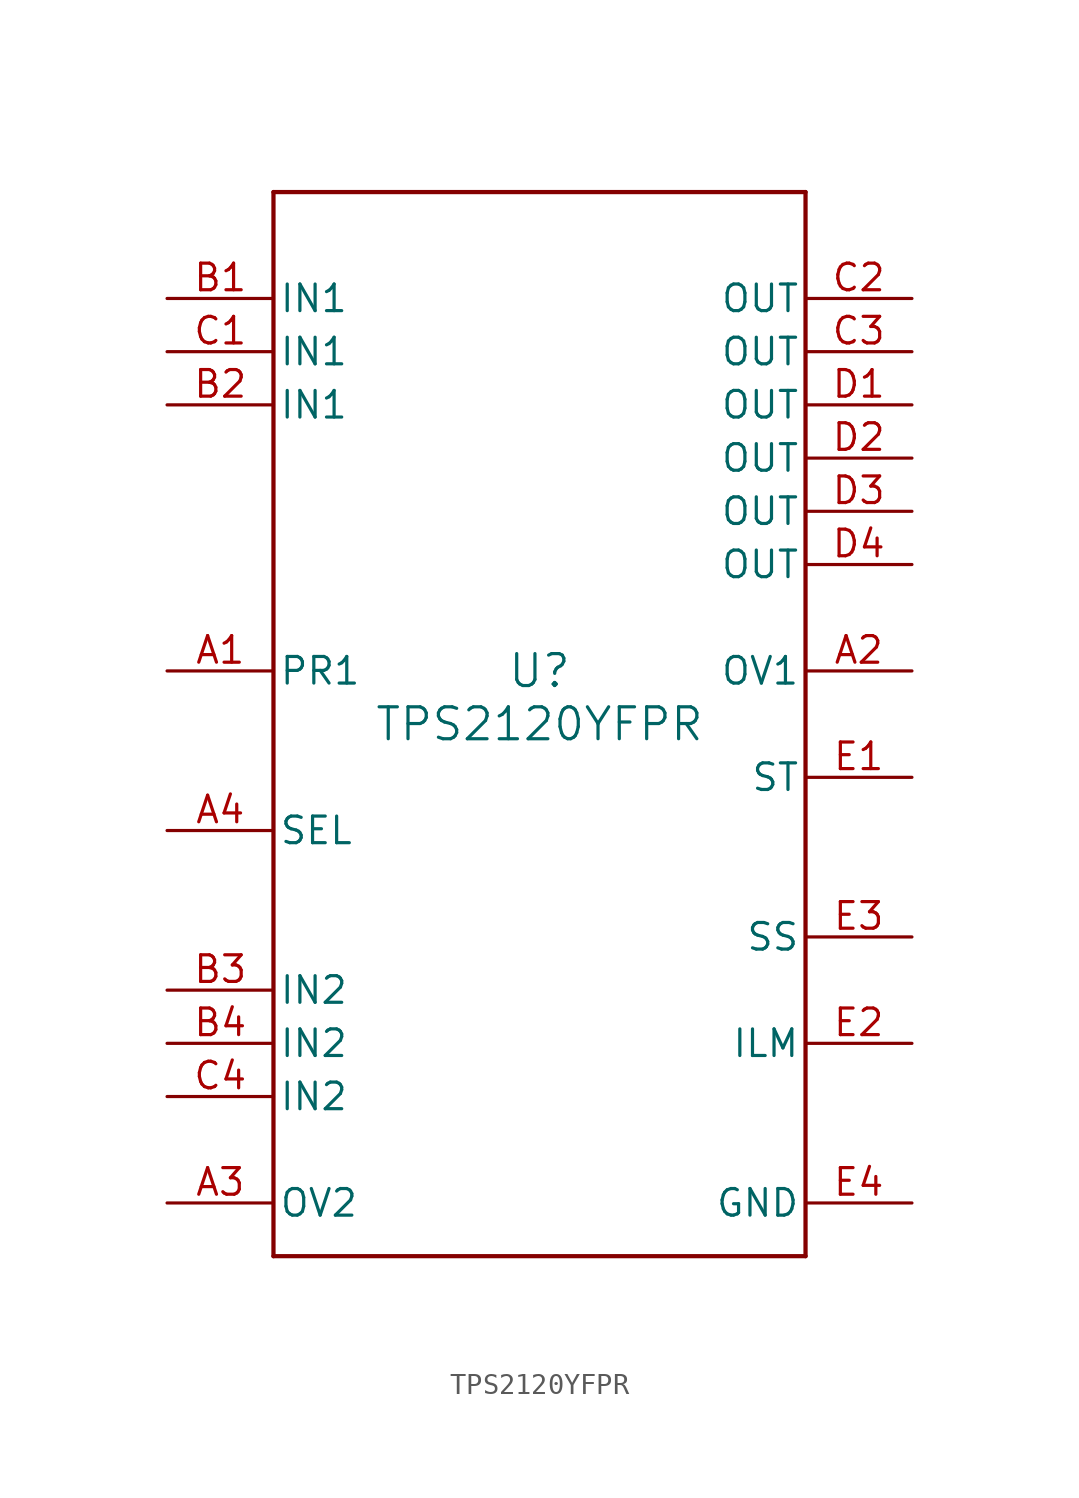
<source format=kicad_sym>
(kicad_symbol_lib
  (version 20211014)
  (generator kicad_symbol_editor)
  (symbol "TPS2120YFPR"
    (pin_names
      (offset 0.254))
    (property "Reference" "U"
      (at 0 2.54 0)
      (effects (font (size 1.524 1.524))))
    (property "Value" "TPS2120YFPR"
      (at 0 0 0)
      (effects (font (size 1.524 1.524))))
    (symbol "TPS2120YFPR_0_1"
      (polyline (pts (xy -12.7 -25.4) (xy 12.7 -25.4)) (stroke (width 0.203) (type default) (color 0 0 0 0)) (fill (type none)))
      (polyline (pts (xy 12.7 -25.4) (xy 12.7 25.4)) (stroke (width 0.203) (type default) (color 0 0 0 0)) (fill (type none)))
      (polyline (pts (xy 12.7 25.4) (xy -12.7 25.4)) (stroke (width 0.203) (type default) (color 0 0 0 0)) (fill (type none)))
      (polyline (pts (xy -12.7 25.4) (xy -12.7 -25.4)) (stroke (width 0.203) (type default) (color 0 0 0 0)) (fill (type none)))
      (pin input line (at -17.78 2.54 0) (length 5.08) (name "PR1" (effects (font (size 1.27 1.27)))) (number "A1" (effects (font (size 1.27 1.27)))))
      (pin input line (at 17.78 2.54 180) (length 5.08) (name "OV1" (effects (font (size 1.27 1.27)))) (number "A2" (effects (font (size 1.27 1.27)))))
      (pin input line (at -17.78 -22.86 0) (length 5.08) (name "OV2" (effects (font (size 1.27 1.27)))) (number "A3" (effects (font (size 1.27 1.27)))))
      (pin input line (at -17.78 -5.08 0) (length 5.08) (name "SEL" (effects (font (size 1.27 1.27)))) (number "A4" (effects (font (size 1.27 1.27)))))
      (pin power_in line (at -17.78 20.32 0) (length 5.08) (name "IN1" (effects (font (size 1.27 1.27)))) (number "B1" (effects (font (size 1.27 1.27)))))
      (pin power_in line (at -17.78 15.24 0) (length 5.08) (name "IN1" (effects (font (size 1.27 1.27)))) (number "B2" (effects (font (size 1.27 1.27)))))
      (pin power_in line (at -17.78 -12.7 0) (length 5.08) (name "IN2" (effects (font (size 1.27 1.27)))) (number "B3" (effects (font (size 1.27 1.27)))))
      (pin power_in line (at -17.78 -15.24 0) (length 5.08) (name "IN2" (effects (font (size 1.27 1.27)))) (number "B4" (effects (font (size 1.27 1.27)))))
      (pin power_in line (at -17.78 17.78 0) (length 5.08) (name "IN1" (effects (font (size 1.27 1.27)))) (number "C1" (effects (font (size 1.27 1.27)))))
      (pin power_in line (at 17.78 20.32 180) (length 5.08) (name "OUT" (effects (font (size 1.27 1.27)))) (number "C2" (effects (font (size 1.27 1.27)))))
      (pin power_in line (at 17.78 17.78 180) (length 5.08) (name "OUT" (effects (font (size 1.27 1.27)))) (number "C3" (effects (font (size 1.27 1.27)))))
      (pin power_in line (at -17.78 -17.78 0) (length 5.08) (name "IN2" (effects (font (size 1.27 1.27)))) (number "C4" (effects (font (size 1.27 1.27)))))
      (pin power_in line (at 17.78 15.24 180) (length 5.08) (name "OUT" (effects (font (size 1.27 1.27)))) (number "D1" (effects (font (size 1.27 1.27)))))
      (pin power_in line (at 17.78 12.7 180) (length 5.08) (name "OUT" (effects (font (size 1.27 1.27)))) (number "D2" (effects (font (size 1.27 1.27)))))
      (pin power_in line (at 17.78 10.16 180) (length 5.08) (name "OUT" (effects (font (size 1.27 1.27)))) (number "D3" (effects (font (size 1.27 1.27)))))
      (pin power_in line (at 17.78 7.62 180) (length 5.08) (name "OUT" (effects (font (size 1.27 1.27)))) (number "D4" (effects (font (size 1.27 1.27)))))
      (pin output line (at 17.78 -2.54 180) (length 5.08) (name "ST" (effects (font (size 1.27 1.27)))) (number "E1" (effects (font (size 1.27 1.27)))))
      (pin bidirectional line (at 17.78 -15.24 180) (length 5.08) (name "ILM" (effects (font (size 1.27 1.27)))) (number "E2" (effects (font (size 1.27 1.27)))))
      (pin bidirectional line (at 17.78 -10.16 180) (length 5.08) (name "SS" (effects (font (size 1.27 1.27)))) (number "E3" (effects (font (size 1.27 1.27)))))
      (pin power_in line (at 17.78 -22.86 180) (length 5.08) (name "GND" (effects (font (size 1.27 1.27)))) (number "E4" (effects (font (size 1.27 1.27))))))))
</source>
